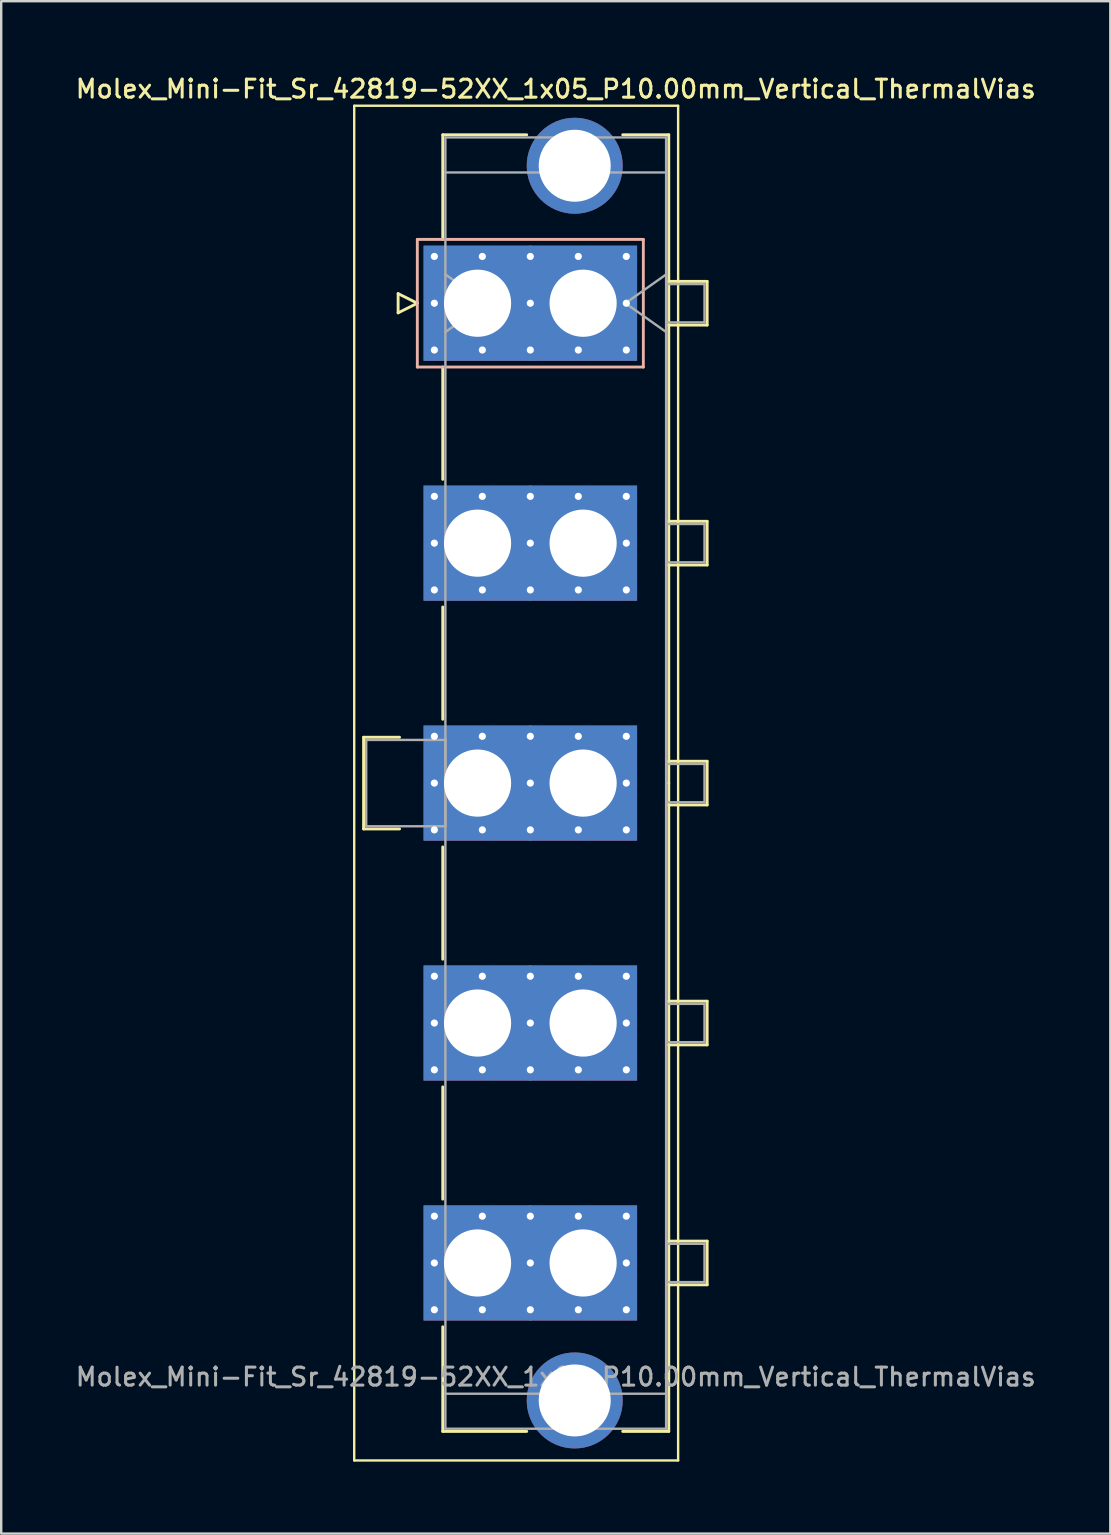
<source format=kicad_pcb>
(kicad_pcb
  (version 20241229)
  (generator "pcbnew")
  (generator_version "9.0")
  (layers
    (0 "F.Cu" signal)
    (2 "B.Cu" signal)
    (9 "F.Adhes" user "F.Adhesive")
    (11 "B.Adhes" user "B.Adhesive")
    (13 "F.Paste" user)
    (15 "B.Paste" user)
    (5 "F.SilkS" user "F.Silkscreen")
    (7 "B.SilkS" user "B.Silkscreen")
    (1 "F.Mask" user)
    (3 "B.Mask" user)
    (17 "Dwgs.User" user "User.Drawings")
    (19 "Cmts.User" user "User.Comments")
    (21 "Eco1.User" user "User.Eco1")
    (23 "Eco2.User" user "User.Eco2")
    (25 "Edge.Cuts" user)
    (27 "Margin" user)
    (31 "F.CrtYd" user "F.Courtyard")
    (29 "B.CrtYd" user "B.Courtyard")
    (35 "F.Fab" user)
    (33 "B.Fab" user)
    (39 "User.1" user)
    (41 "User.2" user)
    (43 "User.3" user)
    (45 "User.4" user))
  (footprint "Molex_Mini-Fit_Sr_42819-52XX_1x05_P10.00mm_Vertical_ThermalVias"
    (layer "F.Cu")
    (at 16.853 9.588)
    (property "Reference" "Molex_Mini-Fit_Sr_42819-52XX_1x05_P10.00mm_Vertical_ThermalVias" (at 3.26 -8.93 0) (layer "F.SilkS") (effects (font (size 0.75 0.75) (thickness 0.125))))
    (attr through_hole)
    (fp_line (start -5.14 -8.23) (end -5.14 48.23) (stroke (width 0.1) (type solid)) (layer "F.SilkS"))
    (fp_line (start -5.14 48.23) (end 8.36 48.23) (stroke (width 0.1) (type solid)) (layer "F.SilkS"))
    (fp_line (start -4.75 18.09) (end -4.75 21.91) (stroke (width 0.12) (type solid)) (layer "F.SilkS"))
    (fp_line (start -4.75 21.91) (end -3.25 21.91) (stroke (width 0.12) (type solid)) (layer "F.SilkS"))
    (fp_line (start -3.31 -0.4) (end -3.31 0.4) (stroke (width 0.12) (type solid)) (layer "F.SilkS"))
    (fp_line (start -3.31 0.4) (end -2.51 0) (stroke (width 0.12) (type solid)) (layer "F.SilkS"))
    (fp_line (start -3.25 18.09) (end -4.75 18.09) (stroke (width 0.12) (type solid)) (layer "F.SilkS"))
    (fp_line (start -2.51 0) (end -3.31 -0.4) (stroke (width 0.12) (type solid)) (layer "F.SilkS"))
    (fp_line (start -1.45 -7.02) (end 2.05 -7.02) (stroke (width 0.12) (type solid)) (layer "F.SilkS"))
    (fp_line (start -1.45 -2.66) (end -1.45 -7.02) (stroke (width 0.12) (type solid)) (layer "F.SilkS"))
    (fp_line (start -1.45 2.66) (end -1.45 7.34) (stroke (width 0.12) (type solid)) (layer "F.SilkS"))
    (fp_line (start -1.45 12.66) (end -1.45 17.34) (stroke (width 0.12) (type solid)) (layer "F.SilkS"))
    (fp_line (start -1.45 22.66) (end -1.45 27.34) (stroke (width 0.12) (type solid)) (layer "F.SilkS"))
    (fp_line (start -1.45 32.66) (end -1.45 37.34) (stroke (width 0.12) (type solid)) (layer "F.SilkS"))
    (fp_line (start -1.45 42.66) (end -1.45 47.02) (stroke (width 0.12) (type solid)) (layer "F.SilkS"))
    (fp_line (start -1.45 47.02) (end 2.05 47.02) (stroke (width 0.12) (type solid)) (layer "F.SilkS"))
    (fp_line (start 6.05 -7.02) (end 7.97 -7.02) (stroke (width 0.12) (type solid)) (layer "F.SilkS"))
    (fp_line (start 6.05 47.02) (end 7.97 47.02) (stroke (width 0.12) (type solid)) (layer "F.SilkS"))
    (fp_line (start 7.97 -7.02) (end 7.97 20) (stroke (width 0.12) (type solid)) (layer "F.SilkS"))
    (fp_line (start 7.97 -0.91) (end 9.57 -0.91) (stroke (width 0.12) (type solid)) (layer "F.SilkS"))
    (fp_line (start 7.97 9.09) (end 9.57 9.09) (stroke (width 0.12) (type solid)) (layer "F.SilkS"))
    (fp_line (start 7.97 19.09) (end 9.57 19.09) (stroke (width 0.12) (type solid)) (layer "F.SilkS"))
    (fp_line (start 7.97 29.09) (end 9.57 29.09) (stroke (width 0.12) (type solid)) (layer "F.SilkS"))
    (fp_line (start 7.97 39.09) (end 9.57 39.09) (stroke (width 0.12) (type solid)) (layer "F.SilkS"))
    (fp_line (start 7.97 47.02) (end 7.97 20) (stroke (width 0.12) (type solid)) (layer "F.SilkS"))
    (fp_line (start 8.36 -8.23) (end -5.14 -8.23) (stroke (width 0.1) (type solid)) (layer "F.SilkS"))
    (fp_line (start 8.36 48.23) (end 8.36 -8.23) (stroke (width 0.1) (type solid)) (layer "F.SilkS"))
    (fp_line (start 9.57 -0.91) (end 9.57 0.91) (stroke (width 0.12) (type solid)) (layer "F.SilkS"))
    (fp_line (start 9.57 0.91) (end 7.97 0.91) (stroke (width 0.12) (type solid)) (layer "F.SilkS"))
    (fp_line (start 9.57 9.09) (end 9.57 10.91) (stroke (width 0.12) (type solid)) (layer "F.SilkS"))
    (fp_line (start 9.57 10.91) (end 7.97 10.91) (stroke (width 0.12) (type solid)) (layer "F.SilkS"))
    (fp_line (start 9.57 19.09) (end 9.57 20.91) (stroke (width 0.12) (type solid)) (layer "F.SilkS"))
    (fp_line (start 9.57 20.91) (end 7.97 20.91) (stroke (width 0.12) (type solid)) (layer "F.SilkS"))
    (fp_line (start 9.57 29.09) (end 9.57 30.91) (stroke (width 0.12) (type solid)) (layer "F.SilkS"))
    (fp_line (start 9.57 30.91) (end 7.97 30.91) (stroke (width 0.12) (type solid)) (layer "F.SilkS"))
    (fp_line (start 9.57 39.09) (end 9.57 40.91) (stroke (width 0.12) (type solid)) (layer "F.SilkS"))
    (fp_line (start 9.57 40.91) (end 7.97 40.91) (stroke (width 0.12) (type solid)) (layer "F.SilkS"))
    (fp_line (start -2.51 -2.66) (end -2.51 2.66) (stroke (width 0.12) (type solid)) (layer "B.SilkS"))
    (fp_line (start -2.51 2.66) (end 6.91 2.66) (stroke (width 0.12) (type solid)) (layer "B.SilkS"))
    (fp_line (start 6.91 -2.66) (end -2.51 -2.66) (stroke (width 0.12) (type solid)) (layer "B.SilkS"))
    (fp_line (start 6.91 2.66) (end 6.91 -2.66) (stroke (width 0.12) (type solid)) (layer "B.SilkS"))
    (fp_line (start -4.64 18.2) (end -1.34 18.2) (stroke (width 0.1) (type solid)) (layer "F.Fab"))
    (fp_line (start -4.64 21.8) (end -4.64 18.2) (stroke (width 0.1) (type solid)) (layer "F.Fab"))
    (fp_line (start -1.34 -6.91) (end -1.34 46.91) (stroke (width 0.1) (type solid)) (layer "F.Fab"))
    (fp_line (start -1.34 -5.45) (end 7.86 -5.45) (stroke (width 0.1) (type solid)) (layer "F.Fab"))
    (fp_line (start -1.34 -1.2) (end 0.357 0) (stroke (width 0.1) (type solid)) (layer "F.Fab"))
    (fp_line (start -1.34 18.2) (end -1.34 21.8) (stroke (width 0.1) (type solid)) (layer "F.Fab"))
    (fp_line (start -1.34 21.8) (end -4.64 21.8) (stroke (width 0.1) (type solid)) (layer "F.Fab"))
    (fp_line (start -1.34 45.45) (end 7.86 45.45) (stroke (width 0.1) (type solid)) (layer "F.Fab"))
    (fp_line (start -1.34 46.91) (end 7.86 46.91) (stroke (width 0.1) (type solid)) (layer "F.Fab"))
    (fp_line (start 0.357 0) (end -1.34 1.2) (stroke (width 0.1) (type solid)) (layer "F.Fab"))
    (fp_line (start 6.163 0) (end 7.86 1.2) (stroke (width 0.1) (type solid)) (layer "F.Fab"))
    (fp_line (start 7.86 -6.91) (end -1.34 -6.91) (stroke (width 0.1) (type solid)) (layer "F.Fab"))
    (fp_line (start 7.86 -1.2) (end 6.163 0) (stroke (width 0.1) (type solid)) (layer "F.Fab"))
    (fp_line (start 7.86 -0.8) (end 9.46 -0.8) (stroke (width 0.1) (type solid)) (layer "F.Fab"))
    (fp_line (start 7.86 9.2) (end 9.46 9.2) (stroke (width 0.1) (type solid)) (layer "F.Fab"))
    (fp_line (start 7.86 19.2) (end 9.46 19.2) (stroke (width 0.1) (type solid)) (layer "F.Fab"))
    (fp_line (start 7.86 29.2) (end 9.46 29.2) (stroke (width 0.1) (type solid)) (layer "F.Fab"))
    (fp_line (start 7.86 39.2) (end 9.46 39.2) (stroke (width 0.1) (type solid)) (layer "F.Fab"))
    (fp_line (start 7.86 46.91) (end 7.86 -6.91) (stroke (width 0.1) (type solid)) (layer "F.Fab"))
    (fp_line (start 9.46 -0.8) (end 9.46 0.8) (stroke (width 0.1) (type solid)) (layer "F.Fab"))
    (fp_line (start 9.46 0.8) (end 7.86 0.8) (stroke (width 0.1) (type solid)) (layer "F.Fab"))
    (fp_line (start 9.46 9.2) (end 9.46 10.8) (stroke (width 0.1) (type solid)) (layer "F.Fab"))
    (fp_line (start 9.46 10.8) (end 7.86 10.8) (stroke (width 0.1) (type solid)) (layer "F.Fab"))
    (fp_line (start 9.46 19.2) (end 9.46 20.8) (stroke (width 0.1) (type solid)) (layer "F.Fab"))
    (fp_line (start 9.46 20.8) (end 7.86 20.8) (stroke (width 0.1) (type solid)) (layer "F.Fab"))
    (fp_line (start 9.46 29.2) (end 9.46 30.8) (stroke (width 0.1) (type solid)) (layer "F.Fab"))
    (fp_line (start 9.46 30.8) (end 7.86 30.8) (stroke (width 0.1) (type solid)) (layer "F.Fab"))
    (fp_line (start 9.46 39.2) (end 9.46 40.8) (stroke (width 0.1) (type solid)) (layer "F.Fab"))
    (fp_line (start 9.46 40.8) (end 7.86 40.8) (stroke (width 0.1) (type solid)) (layer "F.Fab"))
    (fp_text user "${REFERENCE}" (at 3.26 44.75 0) (layer "F.Fab") (effects (font (size 0.75 0.75) (thickness 0.125))))
    (pad "" thru_hole circle (at 4.05 -5.73) (size 4 4) (drill 3) (layers "*.Cu" "*.Mask"))
    (pad "" thru_hole circle (at 4.05 45.73) (size 4 4) (drill 3) (layers "*.Cu" "*.Mask"))
    (pad "1" thru_hole roundrect (at -1.8 -1.95) (size 0.6 0.6) (drill 0.3) (layers "*.Cu" "*.Mask") (roundrect_rratio 0.25))
    (pad "1" thru_hole roundrect (at -1.8 0) (size 0.6 0.6) (drill 0.3) (layers "*.Cu" "*.Mask") (roundrect_rratio 0.25))
    (pad "1" thru_hole roundrect (at -1.8 1.95) (size 0.6 0.6) (drill 0.3) (layers "*.Cu" "*.Mask") (roundrect_rratio 0.25))
    (pad "1" thru_hole rect (at 0 0) (size 4.5 4.8) (drill 2.8) (layers "*.Cu" "*.Mask"))
    (pad "1" thru_hole roundrect (at 0.2 -1.95) (size 0.6 0.6) (drill 0.3) (layers "*.Cu" "*.Mask") (roundrect_rratio 0.25))
    (pad "1" thru_hole roundrect (at 0.2 1.95) (size 0.6 0.6) (drill 0.3) (layers "*.Cu" "*.Mask") (roundrect_rratio 0.25))
    (pad "1" thru_hole roundrect (at 2.2 -1.95) (size 0.6 0.6) (drill 0.3) (layers "*.Cu" "*.Mask") (roundrect_rratio 0.25))
    (pad "1" thru_hole roundrect (at 2.2 0) (size 0.6 0.6) (drill 0.3) (layers "*.Cu" "*.Mask") (roundrect_rratio 0.25))
    (pad "1" thru_hole roundrect (at 2.2 1.95) (size 0.6 0.6) (drill 0.3) (layers "*.Cu" "*.Mask") (roundrect_rratio 0.25))
    (pad "1" thru_hole roundrect (at 4.2 -1.95) (size 0.6 0.6) (drill 0.3) (layers "*.Cu" "*.Mask") (roundrect_rratio 0.25))
    (pad "1" thru_hole roundrect (at 4.2 1.95) (size 0.6 0.6) (drill 0.3) (layers "*.Cu" "*.Mask") (roundrect_rratio 0.25))
    (pad "1" thru_hole rect (at 4.4 0) (size 4.5 4.8) (drill 2.8) (layers "*.Cu" "*.Mask"))
    (pad "1" thru_hole roundrect (at 6.2 -1.95) (size 0.6 0.6) (drill 0.3) (layers "*.Cu" "*.Mask") (roundrect_rratio 0.25))
    (pad "1" thru_hole roundrect (at 6.2 0) (size 0.6 0.6) (drill 0.3) (layers "*.Cu" "*.Mask") (roundrect_rratio 0.25))
    (pad "1" thru_hole roundrect (at 6.2 1.95) (size 0.6 0.6) (drill 0.3) (layers "*.Cu" "*.Mask") (roundrect_rratio 0.25))
    (pad "2" thru_hole circle (at -1.8 8.05) (size 0.6 0.6) (drill 0.3) (layers "*.Cu" "*.Mask"))
    (pad "2" thru_hole circle (at -1.8 10) (size 0.6 0.6) (drill 0.3) (layers "*.Cu" "*.Mask"))
    (pad "2" thru_hole circle (at -1.8 11.95) (size 0.6 0.6) (drill 0.3) (layers "*.Cu" "*.Mask"))
    (pad "2" thru_hole rect (at 0 10) (size 4.5 4.8) (drill 2.8) (layers "*.Cu" "*.Mask"))
    (pad "2" thru_hole circle (at 0.2 8.05) (size 0.6 0.6) (drill 0.3) (layers "*.Cu" "*.Mask"))
    (pad "2" thru_hole circle (at 0.2 11.95) (size 0.6 0.6) (drill 0.3) (layers "*.Cu" "*.Mask"))
    (pad "2" thru_hole circle (at 2.2 8.05) (size 0.6 0.6) (drill 0.3) (layers "*.Cu" "*.Mask"))
    (pad "2" thru_hole circle (at 2.2 10) (size 0.6 0.6) (drill 0.3) (layers "*.Cu" "*.Mask"))
    (pad "2" thru_hole circle (at 2.2 11.95) (size 0.6 0.6) (drill 0.3) (layers "*.Cu" "*.Mask"))
    (pad "2" thru_hole circle (at 4.2 8.05) (size 0.6 0.6) (drill 0.3) (layers "*.Cu" "*.Mask"))
    (pad "2" thru_hole circle (at 4.2 11.95) (size 0.6 0.6) (drill 0.3) (layers "*.Cu" "*.Mask"))
    (pad "2" thru_hole rect (at 4.4 10) (size 4.5 4.8) (drill 2.8) (layers "*.Cu" "*.Mask"))
    (pad "2" thru_hole circle (at 6.2 8.05) (size 0.6 0.6) (drill 0.3) (layers "*.Cu" "*.Mask"))
    (pad "2" thru_hole circle (at 6.2 10) (size 0.6 0.6) (drill 0.3) (layers "*.Cu" "*.Mask"))
    (pad "2" thru_hole circle (at 6.2 11.95) (size 0.6 0.6) (drill 0.3) (layers "*.Cu" "*.Mask"))
    (pad "3" thru_hole circle (at -1.8 18.05) (size 0.6 0.6) (drill 0.3) (layers "*.Cu" "*.Mask"))
    (pad "3" thru_hole circle (at -1.8 20) (size 0.6 0.6) (drill 0.3) (layers "*.Cu" "*.Mask"))
    (pad "3" thru_hole circle (at -1.8 21.95) (size 0.6 0.6) (drill 0.3) (layers "*.Cu" "*.Mask"))
    (pad "3" thru_hole rect (at 0 20) (size 4.5 4.8) (drill 2.8) (layers "*.Cu" "*.Mask"))
    (pad "3" thru_hole circle (at 0.2 18.05) (size 0.6 0.6) (drill 0.3) (layers "*.Cu" "*.Mask"))
    (pad "3" thru_hole circle (at 0.2 21.95) (size 0.6 0.6) (drill 0.3) (layers "*.Cu" "*.Mask"))
    (pad "3" thru_hole circle (at 2.2 18.05) (size 0.6 0.6) (drill 0.3) (layers "*.Cu" "*.Mask"))
    (pad "3" thru_hole circle (at 2.2 20) (size 0.6 0.6) (drill 0.3) (layers "*.Cu" "*.Mask"))
    (pad "3" thru_hole circle (at 2.2 21.95) (size 0.6 0.6) (drill 0.3) (layers "*.Cu" "*.Mask"))
    (pad "3" thru_hole circle (at 4.2 18.05) (size 0.6 0.6) (drill 0.3) (layers "*.Cu" "*.Mask"))
    (pad "3" thru_hole circle (at 4.2 21.95) (size 0.6 0.6) (drill 0.3) (layers "*.Cu" "*.Mask"))
    (pad "3" thru_hole rect (at 4.4 20) (size 4.5 4.8) (drill 2.8) (layers "*.Cu" "*.Mask"))
    (pad "3" thru_hole circle (at 6.2 18.05) (size 0.6 0.6) (drill 0.3) (layers "*.Cu" "*.Mask"))
    (pad "3" thru_hole circle (at 6.2 20) (size 0.6 0.6) (drill 0.3) (layers "*.Cu" "*.Mask"))
    (pad "3" thru_hole circle (at 6.2 21.95) (size 0.6 0.6) (drill 0.3) (layers "*.Cu" "*.Mask"))
    (pad "4" thru_hole circle (at -1.8 28.05) (size 0.6 0.6) (drill 0.3) (layers "*.Cu" "*.Mask"))
    (pad "4" thru_hole circle (at -1.8 30) (size 0.6 0.6) (drill 0.3) (layers "*.Cu" "*.Mask"))
    (pad "4" thru_hole circle (at -1.8 31.95) (size 0.6 0.6) (drill 0.3) (layers "*.Cu" "*.Mask"))
    (pad "4" thru_hole rect (at 0 30) (size 4.5 4.8) (drill 2.8) (layers "*.Cu" "*.Mask"))
    (pad "4" thru_hole circle (at 0.2 28.05) (size 0.6 0.6) (drill 0.3) (layers "*.Cu" "*.Mask"))
    (pad "4" thru_hole circle (at 0.2 31.95) (size 0.6 0.6) (drill 0.3) (layers "*.Cu" "*.Mask"))
    (pad "4" thru_hole circle (at 2.2 28.05) (size 0.6 0.6) (drill 0.3) (layers "*.Cu" "*.Mask"))
    (pad "4" thru_hole circle (at 2.2 30) (size 0.6 0.6) (drill 0.3) (layers "*.Cu" "*.Mask"))
    (pad "4" thru_hole circle (at 2.2 31.95) (size 0.6 0.6) (drill 0.3) (layers "*.Cu" "*.Mask"))
    (pad "4" thru_hole circle (at 4.2 28.05) (size 0.6 0.6) (drill 0.3) (layers "*.Cu" "*.Mask"))
    (pad "4" thru_hole circle (at 4.2 31.95) (size 0.6 0.6) (drill 0.3) (layers "*.Cu" "*.Mask"))
    (pad "4" thru_hole rect (at 4.4 30) (size 4.5 4.8) (drill 2.8) (layers "*.Cu" "*.Mask"))
    (pad "4" thru_hole circle (at 6.2 28.05) (size 0.6 0.6) (drill 0.3) (layers "*.Cu" "*.Mask"))
    (pad "4" thru_hole circle (at 6.2 30) (size 0.6 0.6) (drill 0.3) (layers "*.Cu" "*.Mask"))
    (pad "4" thru_hole circle (at 6.2 31.95) (size 0.6 0.6) (drill 0.3) (layers "*.Cu" "*.Mask"))
    (pad "5" thru_hole circle (at -1.8 38.05) (size 0.6 0.6) (drill 0.3) (layers "*.Cu" "*.Mask"))
    (pad "5" thru_hole circle (at -1.8 40) (size 0.6 0.6) (drill 0.3) (layers "*.Cu" "*.Mask"))
    (pad "5" thru_hole circle (at -1.8 41.95) (size 0.6 0.6) (drill 0.3) (layers "*.Cu" "*.Mask"))
    (pad "5" thru_hole rect (at 0 40) (size 4.5 4.8) (drill 2.8) (layers "*.Cu" "*.Mask"))
    (pad "5" thru_hole circle (at 0.2 38.05) (size 0.6 0.6) (drill 0.3) (layers "*.Cu" "*.Mask"))
    (pad "5" thru_hole circle (at 0.2 41.95) (size 0.6 0.6) (drill 0.3) (layers "*.Cu" "*.Mask"))
    (pad "5" thru_hole circle (at 2.2 38.05) (size 0.6 0.6) (drill 0.3) (layers "*.Cu" "*.Mask"))
    (pad "5" thru_hole circle (at 2.2 40) (size 0.6 0.6) (drill 0.3) (layers "*.Cu" "*.Mask"))
    (pad "5" thru_hole circle (at 2.2 41.95) (size 0.6 0.6) (drill 0.3) (layers "*.Cu" "*.Mask"))
    (pad "5" thru_hole circle (at 4.2 38.05) (size 0.6 0.6) (drill 0.3) (layers "*.Cu" "*.Mask"))
    (pad "5" thru_hole circle (at 4.2 41.95) (size 0.6 0.6) (drill 0.3) (layers "*.Cu" "*.Mask"))
    (pad "5" thru_hole rect (at 4.4 40) (size 4.5 4.8) (drill 2.8) (layers "*.Cu" "*.Mask"))
    (pad "5" thru_hole circle (at 6.2 38.05) (size 0.6 0.6) (drill 0.3) (layers "*.Cu" "*.Mask"))
    (pad "5" thru_hole circle (at 6.2 40) (size 0.6 0.6) (drill 0.3) (layers "*.Cu" "*.Mask"))
    (pad "5" thru_hole circle (at 6.2 41.95) (size 0.6 0.6) (drill 0.3) (layers "*.Cu" "*.Mask")))
  (gr_rect
    (start -3 -3)
    (end 43.225 60.868)
    (stroke (width 0.1) (type default))
    (fill no)
    (layer "Edge.Cuts")))
</source>
